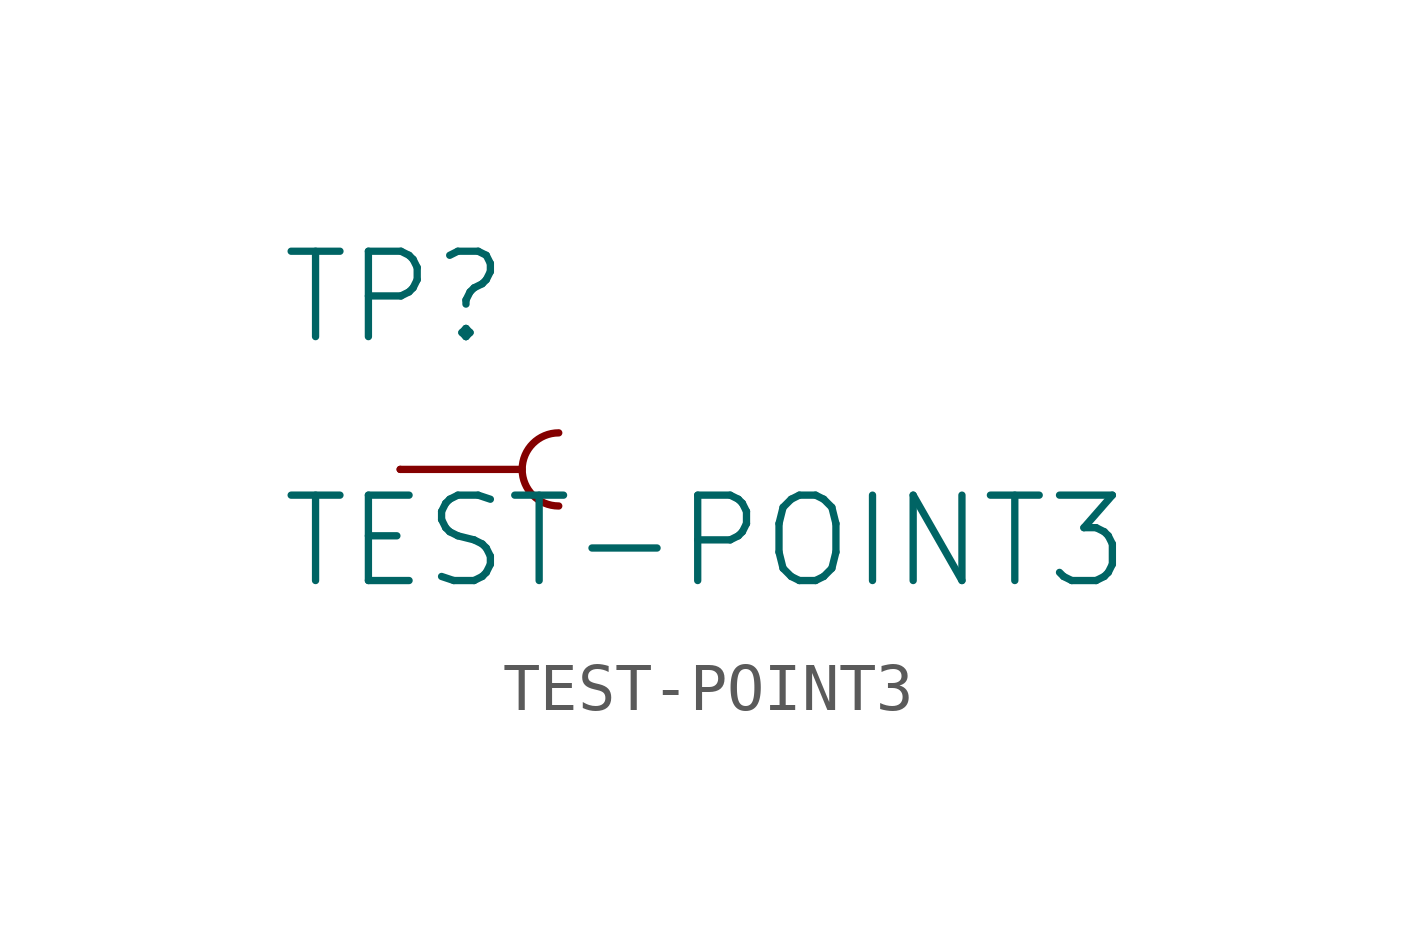
<source format=kicad_sym>
(kicad_symbol_lib
  (version 20211014)
  (generator kicad_symbol_editor)
  (symbol "TEST-POINT3"
    (property "Reference" "TP"
      (at -2.54 2.54 0)
      (effects (font (size 1.778 1.778)) (justify left bottom)))
    (property "Value" "TEST-POINT3"
      (at -2.54 -2.54 0)
      (effects (font (size 1.778 1.778)) (justify left bottom)))
    (property "ki_locked" ""
      (at 0 0 0)
      (effects (font (size 1.27 1.27))))
    (symbol "TEST-POINT3_1_0"
      (polyline (pts (xy 2.54 0) (xy 0 0)) (stroke (width 0.152) (type default) (color 0 0 0 0)) (fill (type none)))
      (arc (start 3.302 0.762) (mid 2.54 0) (end 3.302 -0.762) (stroke (width 0.1524) (type default) (color 0 0 0 0)) (fill (type none)))
      (pin bidirectional line (at 0 0 180) (length 0) (name "1" (effects (font (size 0 0)))) (number "P$1" (effects (font (size 0 0))))))))
</source>
